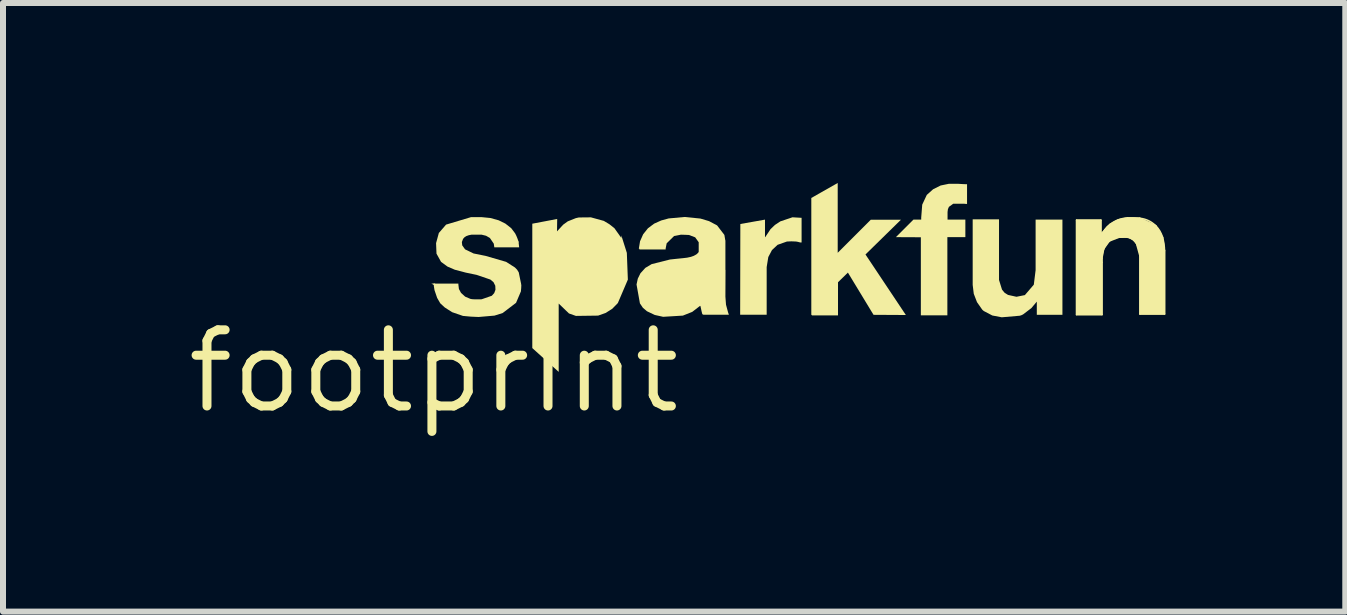
<source format=kicad_pcb>
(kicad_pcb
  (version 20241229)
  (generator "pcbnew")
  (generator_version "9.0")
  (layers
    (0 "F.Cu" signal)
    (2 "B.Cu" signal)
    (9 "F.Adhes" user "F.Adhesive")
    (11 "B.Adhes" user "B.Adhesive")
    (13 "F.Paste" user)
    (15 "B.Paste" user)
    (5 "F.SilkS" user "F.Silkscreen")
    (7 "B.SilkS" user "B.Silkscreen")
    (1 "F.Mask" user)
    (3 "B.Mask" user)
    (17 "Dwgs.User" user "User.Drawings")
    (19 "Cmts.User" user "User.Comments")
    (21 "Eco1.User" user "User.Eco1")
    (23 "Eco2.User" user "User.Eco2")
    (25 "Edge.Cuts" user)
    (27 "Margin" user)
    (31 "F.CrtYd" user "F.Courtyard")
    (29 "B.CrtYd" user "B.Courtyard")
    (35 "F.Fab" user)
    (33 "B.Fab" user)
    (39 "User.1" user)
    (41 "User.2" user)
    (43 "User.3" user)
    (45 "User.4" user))
  (footprint "footprint"
    (layer "F.Cu")
    (at 4.18 3.138)
    (property "Reference" "footprint" (at 0 0 0) (layer "F.SilkS") (effects (font (size 1.27 1.27) (thickness 0.15))))
    (fp_line (start 10.716 -2.517) (end 11.12 -2.517) (stroke (width 0.025) (type solid)) (layer "F.SilkS"))
    (fp_line (start 10.716 -0.945) (end 10.716 -2.517) (stroke (width 0.025) (type solid)) (layer "F.SilkS"))
    (fp_line (start 11.12 -2.517) (end 11.12 -2.296) (stroke (width 0.025) (type solid)) (layer "F.SilkS"))
    (fp_line (start 11.12 -2.296) (end 11.128 -2.296) (stroke (width 0.025) (type solid)) (layer "F.SilkS"))
    (fp_line (start 11.138 -1.814) (end 11.138 -0.945) (stroke (width 0.025) (type solid)) (layer "F.SilkS"))
    (fp_line (start 11.138 -0.945) (end 10.716 -0.945) (stroke (width 0.025) (type solid)) (layer "F.SilkS"))
    (fp_line (start 11.773 -0.955) (end 11.773 -1.92) (stroke (width 0.025) (type solid)) (layer "F.SilkS"))
    (fp_line (start 12.182 -2.009) (end 12.182 -0.955) (stroke (width 0.025) (type solid)) (layer "F.SilkS"))
    (fp_line (start 12.182 -0.955) (end 11.773 -0.955) (stroke (width 0.025) (type solid)) (layer "F.SilkS"))
    (fp_arc (start 11.1379 -1.8821) (mid 11.146106 -1.962214) (end 11.1684 -2.0396) (stroke (width 0.0254) (type solid)) (layer "F.SilkS"))
    (fp_arc (start 11.1379 -1.8136) (mid 11.137681 -1.84785) (end 11.1379 -1.8821) (stroke (width 0.0254) (type solid)) (layer "F.SilkS"))
    (fp_arc (start 11.1455 -2.3038) (mid 11.137379 -2.298176) (end 11.1277 -2.2962) (stroke (width 0.0254) (type solid)) (layer "F.SilkS"))
    (fp_arc (start 11.1582 -2.319) (mid 11.152103 -2.311188) (end 11.1455 -2.3038) (stroke (width 0.0254) (type solid)) (layer "F.SilkS"))
    (fp_arc (start 11.1582 -2.319) (mid 11.172158 -2.338081) (end 11.1862 -2.3571) (stroke (width 0.0254) (type solid)) (layer "F.SilkS"))
    (fp_arc (start 11.1684 -2.0396) (mid 11.206138 -2.110015) (end 11.2598 -2.1692) (stroke (width 0.0254) (type solid)) (layer "F.SilkS"))
    (fp_arc (start 11.1862 -2.3571) (mid 11.2264 -2.404414) (end 11.2725 -2.446) (stroke (width 0.0254) (type solid)) (layer "F.SilkS"))
    (fp_arc (start 11.259799 -2.1692) (mid 11.334441 -2.214452) (end 11.4198 -2.2327) (stroke (width 0.0254) (type solid)) (layer "F.SilkS"))
    (fp_arc (start 11.2725 -2.446) (mid 11.411238 -2.52384) (end 11.5672 -2.5552) (stroke (width 0.0254) (type solid)) (layer "F.SilkS"))
    (fp_arc (start 11.5316 -2.2377) (mid 11.475702 -2.235165) (end 11.4198 -2.2327) (stroke (width 0.0254) (type solid)) (layer "F.SilkS"))
    (fp_arc (start 11.5316 -2.2377) (mid 11.565101 -2.235924) (end 11.5976 -2.2276) (stroke (width 0.0254) (type solid)) (layer "F.SilkS"))
    (fp_arc (start 11.5672 -2.5552) (mid 11.667584 -2.556058) (end 11.7678 -2.5502) (stroke (width 0.0254) (type solid)) (layer "F.SilkS"))
    (fp_arc (start 11.5976 -2.2276) (mid 11.664346 -2.1894) (end 11.7145 -2.1311) (stroke (width 0.0254) (type solid)) (layer "F.SilkS"))
    (fp_arc (start 11.7145 -2.1311) (mid 11.758038 -2.02962) (end 11.7729 -1.9202) (stroke (width 0.0254) (type solid)) (layer "F.SilkS"))
    (fp_arc (start 11.7678 -2.5502) (mid 11.911985 -2.511161) (end 12.0345 -2.425699) (stroke (width 0.0254) (type solid)) (layer "F.SilkS"))
    (fp_arc (start 12.0345 -2.4257) (mid 12.104013 -2.336521) (end 12.1488 -2.232699) (stroke (width 0.0254) (type solid)) (layer "F.SilkS"))
    (fp_arc (start 12.1488 -2.2327) (mid 12.172766 -2.122002) (end 12.1818 -2.0091) (stroke (width 0.0254) (type solid)) (layer "F.SilkS"))
    (fp_poly (pts (xy 6.734 -1.974) (xy 7.285 -2.525) (xy 7.788 -2.525) (xy 7.197 -1.946) (xy 7.87 -0.937) (xy 7.331 -0.94) (xy 6.904 -1.644) (xy 6.739 -1.483) (xy 6.739 -0.93) (xy 6.307 -0.93) (xy 6.294 -0.942) (xy 6.294 -2.888) (xy 6.734 -3.138)) (stroke (width 0) (type solid)) (fill yes) (layer "F.SilkS"))
    (fp_poly (pts (xy 6.132 -2.557) (xy 6.132 -2.146) (xy 6.116 -2.146) (xy 6.107 -2.147) (xy 6.098 -2.149) (xy 6.068 -2.157) (xy 6.039 -2.162) (xy 5.963 -2.165) (xy 5.888 -2.162) (xy 5.732 -2.107) (xy 5.638 -2.019) (xy 5.577 -1.903) (xy 5.55 -1.736) (xy 5.55 -0.942) (xy 5.108 -0.942) (xy 5.111 -2.454) (xy 5.522 -2.527) (xy 5.522 -2.234) (xy 5.527 -2.236) (xy 5.544 -2.263) (xy 5.579 -2.315) (xy 5.614 -2.368) (xy 5.687 -2.438) (xy 5.778 -2.498) (xy 5.98 -2.566)) (stroke (width 0) (type solid)) (fill yes) (layer "F.SilkS"))
    (fp_poly (pts (xy 2.835 -2.506) (xy 2.927 -2.451) (xy 3.012 -2.384) (xy 3.127 -2.222) (xy 3.127 -2.264) (xy 3.219 -1.973) (xy 3.236 -1.527) (xy 3.069 -1.136) (xy 2.976 -1.041) (xy 2.865 -0.971) (xy 2.74 -0.927) (xy 2.372 -0.922) (xy 2.37 -0.922) (xy 2.254 -0.963) (xy 2.083 -1.128) (xy 2.083 0.011) (xy 1.643 -0.386) (xy 1.643 -2.459) (xy 2.058 -2.538) (xy 2.055 -2.331) (xy 2.068 -2.345) (xy 2.158 -2.443) (xy 2.234 -2.498) (xy 2.369 -2.552) (xy 2.419 -2.563) (xy 2.62 -2.565)) (stroke (width 0) (type solid)) (fill yes) (layer "F.SilkS"))
    (fp_poly (pts (xy 8.809 -3.12) (xy 8.875 -3.117) (xy 8.89 -3.117) (xy 8.89 -2.789) (xy 8.869 -2.789) (xy 8.841 -2.792) (xy 8.66 -2.792) (xy 8.588 -2.74) (xy 8.571 -2.7) (xy 8.565 -2.653) (xy 8.565 -2.527) (xy 8.862 -2.527) (xy 8.862 -2.235) (xy 8.562 -2.235) (xy 8.562 -0.932) (xy 8.12 -0.932) (xy 8.12 -2.233) (xy 7.704 -2.235) (xy 7.996 -2.527) (xy 8.126 -2.527) (xy 8.126 -2.561) (xy 8.143 -2.777) (xy 8.219 -2.939) (xy 8.324 -3.033) (xy 8.45 -3.096) (xy 8.586 -3.124) (xy 8.743 -3.124)) (stroke (width 0) (type solid)) (fill yes) (layer "F.SilkS"))
    (fp_poly (pts (xy 9.423 -1.521) (xy 9.473 -1.36) (xy 9.516 -1.308) (xy 9.573 -1.272) (xy 9.714 -1.241) (xy 9.854 -1.269) (xy 10.003 -1.443) (xy 10.033 -1.685) (xy 10.033 -2.527) (xy 10.48 -2.527) (xy 10.48 -0.94) (xy 10.053 -0.94) (xy 10.053 -1.16) (xy 9.962 -1.052) (xy 9.824 -0.947) (xy 9.797 -0.934) (xy 9.769 -0.925) (xy 9.468 -0.899) (xy 9.311 -0.929) (xy 9.174 -1.001) (xy 9.173 -1.001) (xy 9.155 -1.015) (xy 9.142 -1.028) (xy 9.056 -1.151) (xy 9.002 -1.291) (xy 8.984 -1.439) (xy 8.984 -2.532) (xy 9.423 -2.532)) (stroke (width 0) (type solid)) (fill yes) (layer "F.SilkS"))
    (fp_poly (pts (xy 11.771 -2.563) (xy 12.043 -2.436) (xy 12.161 -2.237) (xy 12.194 -2.01) (xy 12.194 -0.942) (xy 11.76 -0.942) (xy 11.76 -1.918) (xy 11.703 -2.125) (xy 11.656 -2.179) (xy 11.593 -2.215) (xy 11.531 -2.225) (xy 11.476 -2.222) (xy 11.422 -2.22) (xy 11.268 -2.159) (xy 11.18 -2.035) (xy 11.151 -1.881) (xy 11.151 -0.932) (xy 10.704 -0.932) (xy 10.704 -2.53) (xy 11.133 -2.53) (xy 11.133 -2.31) (xy 11.137 -2.313) (xy 11.148 -2.327) (xy 11.162 -2.346) (xy 11.176 -2.365) (xy 11.217 -2.413) (xy 11.265 -2.456) (xy 11.407 -2.536) (xy 11.566 -2.568)) (stroke (width 0) (type solid)) (fill yes) (layer "F.SilkS"))
    (fp_poly (pts (xy 1.202 -2.29) (xy 1.414 -2.156) (xy 1.424 -2.065) (xy 1.01 -2.065) (xy 1.001 -2.126) (xy 0.936 -2.221) (xy 0.872 -2.258) (xy 0.799 -2.276) (xy 0.629 -2.276) (xy 0.584 -2.267) (xy 0.542 -2.252) (xy 0.512 -2.232) (xy 0.489 -2.206) (xy 0.469 -2.153) (xy 0.475 -2.098) (xy 0.522 -2.032) (xy 0.664 -1.963) (xy 0.867 -1.922) (xy 1.207 -1.823) (xy 1.354 -1.729) (xy 1.39 -1.692) (xy 1.417 -1.648) (xy 1.46 -1.44) (xy 1.448 -1.438) (xy 1.46 -1.437) (xy 1.458 -1.385) (xy 1.453 -1.33) (xy 1.372 -1.14) (xy 1.149 -0.97) (xy 1.013 -0.927) (xy 0.747 -0.904) (xy 0.617 -0.91) (xy 0.487 -0.922) (xy 0.307 -0.984) (xy 0.185 -1.062) (xy 0.109 -1.132) (xy 0.057 -1.222) (xy 0.013 -1.351) (xy 0.003 -1.411) (xy -0.002 -1.469) (xy 0.738 -1.103) (xy 1.121 -1.189) (xy 1.224 -1.498) (xy 0.809 -1.724) (xy 0.364 -1.988) (xy 0.308 -2.311) (xy 0.742 -2.424)) (stroke (width 0) (type solid)) (fill yes) (layer "F.SilkS"))
    (fp_poly (pts (xy 0.803 -2.568) (xy 0.944 -2.554) (xy 1.082 -2.516) (xy 1.194 -2.461) (xy 1.292 -2.384) (xy 1.357 -2.298) (xy 1.377 -2.258) (xy 1.394 -2.217) (xy 1.417 -2.152) (xy 1.354 -2.105) (xy 1.152 -2.254) (xy 0.736 -2.387) (xy 0.373 -2.277) (xy 0.418 -2.02) (xy 1.242 -1.541) (xy 1.263 -1.497) (xy 1.148 -1.152) (xy 0.725 -1.058) (xy -0.039 -1.46) (xy 0.411 -1.46) (xy 0.411 -1.443) (xy 0.42 -1.37) (xy 0.455 -1.306) (xy 0.524 -1.243) (xy 0.611 -1.206) (xy 0.638 -1.201) (xy 0.666 -1.199) (xy 0.733 -1.198) (xy 0.798 -1.199) (xy 0.968 -1.258) (xy 1.008 -1.302) (xy 1.029 -1.358) (xy 1.026 -1.425) (xy 0.996 -1.485) (xy 0.944 -1.528) (xy 0.715 -1.606) (xy 0.533 -1.644) (xy 0.351 -1.692) (xy 0.23 -1.744) (xy 0.122 -1.823) (xy 0.046 -1.96) (xy 0.046 -1.963) (xy 0.039 -2.135) (xy 0.084 -2.3) (xy 0.084 -2.303) (xy 0.206 -2.444) (xy 0.62 -2.568) (xy 0.712 -2.569)) (stroke (width 0) (type solid)) (fill yes) (layer "F.SilkS"))
    (fp_poly (pts (xy 4.445 -2.545) (xy 4.589 -2.502) (xy 4.723 -2.431) (xy 4.845 -2.272) (xy 4.86 -2.182) (xy 4.862 -2.182) (xy 4.862 -1.689) (xy 4.864 -1.689) (xy 4.862 -1.243) (xy 4.872 -1.109) (xy 4.907 -0.979) (xy 4.92 -0.942) (xy 4.495 -0.942) (xy 4.477 -0.951) (xy 4.472 -0.971) (xy 4.468 -0.985) (xy 4.446 -1.085) (xy 4.44 -1.09) (xy 4.439 -1.089) (xy 4.309 -0.989) (xy 4.153 -0.927) (xy 3.824 -0.907) (xy 3.684 -0.938) (xy 3.554 -1) (xy 3.487 -1.057) (xy 3.437 -1.131) (xy 3.381 -1.444) (xy 3.381 -1.447) (xy 3.402 -1.544) (xy 3.446 -1.633) (xy 3.528 -1.723) (xy 3.632 -1.785) (xy 3.937 -1.862) (xy 4.049 -1.874) (xy 4.159 -1.885) (xy 4.225 -1.893) (xy 4.289 -1.907) (xy 4.336 -1.924) (xy 4.379 -1.948) (xy 4.407 -1.974) (xy 4.413 -1.983) (xy 4.417 -1.991) (xy 4.417 -2.15) (xy 4.358 -2.232) (xy 4.254 -2.271) (xy 4.188 -2.274) (xy 4.121 -2.276) (xy 4.007 -2.254) (xy 3.883 -2.132) (xy 3.866 -2.046) (xy 3.866 -2.03) (xy 3.429 -2.03) (xy 3.429 -2.04) (xy 3.419 -2.042) (xy 3.439 -2.166) (xy 3.491 -2.283) (xy 3.571 -2.383) (xy 3.674 -2.46) (xy 3.792 -2.513) (xy 3.917 -2.547) (xy 4.181 -2.571)) (stroke (width 0) (type solid)) (fill yes) (layer "F.SilkS")))
  (gr_rect
    (start -3 -3)
    (end 19.375 7.145)
    (stroke (width 0.1) (type default))
    (fill no)
    (layer "Edge.Cuts")))
</source>
